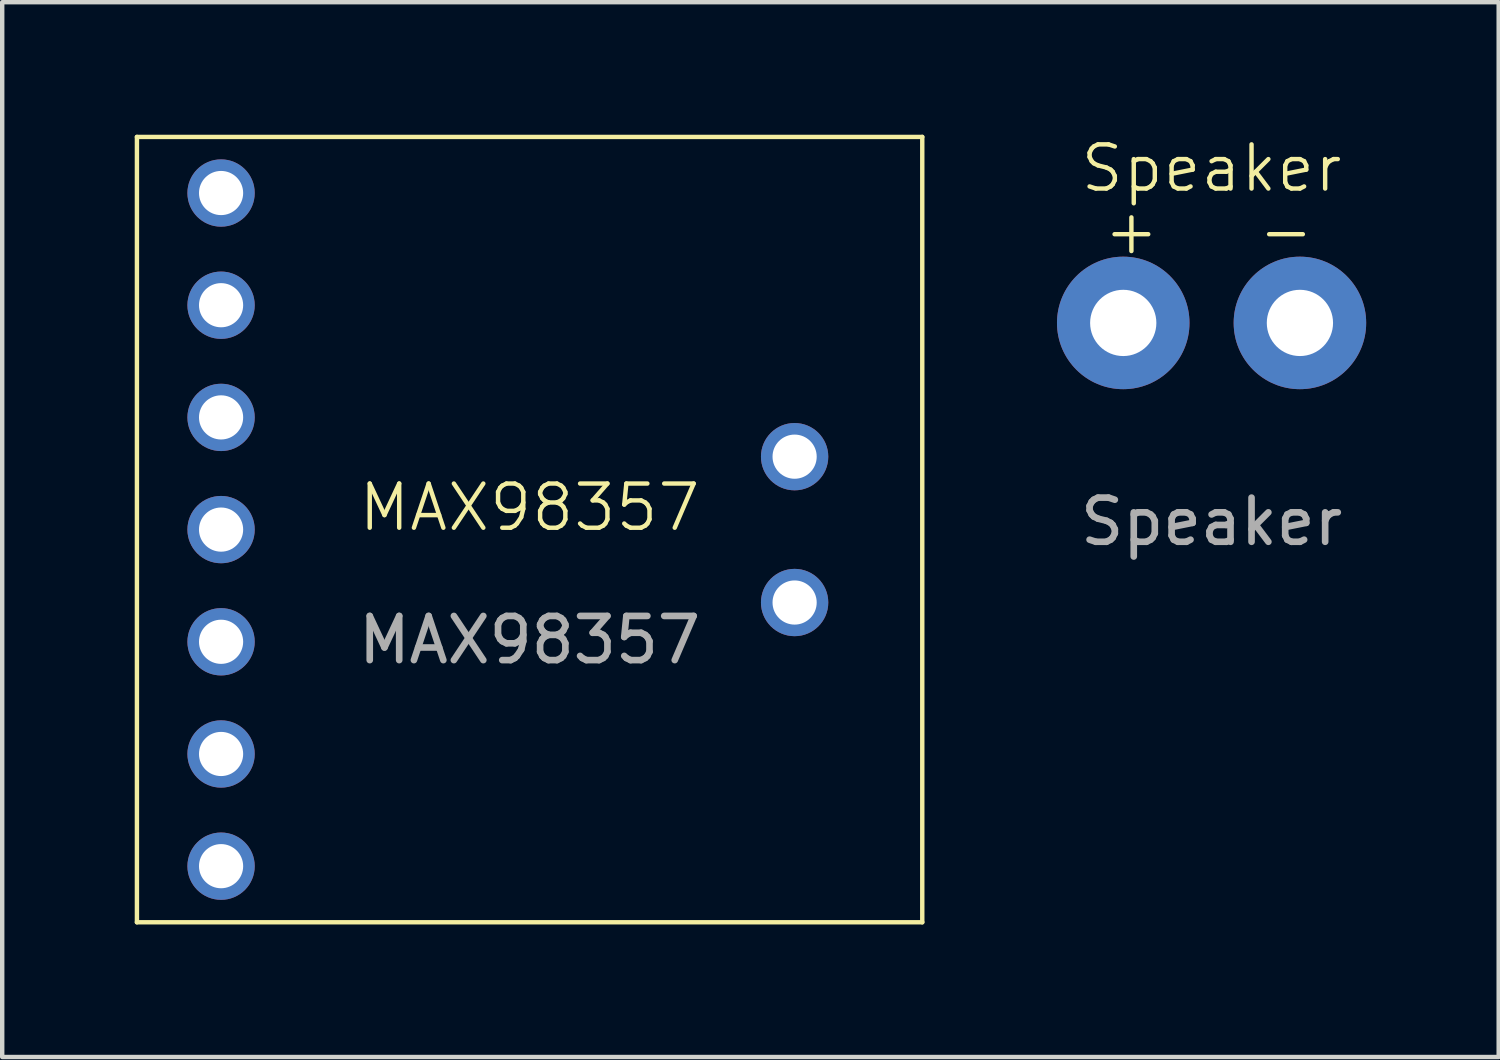
<source format=kicad_pcb>
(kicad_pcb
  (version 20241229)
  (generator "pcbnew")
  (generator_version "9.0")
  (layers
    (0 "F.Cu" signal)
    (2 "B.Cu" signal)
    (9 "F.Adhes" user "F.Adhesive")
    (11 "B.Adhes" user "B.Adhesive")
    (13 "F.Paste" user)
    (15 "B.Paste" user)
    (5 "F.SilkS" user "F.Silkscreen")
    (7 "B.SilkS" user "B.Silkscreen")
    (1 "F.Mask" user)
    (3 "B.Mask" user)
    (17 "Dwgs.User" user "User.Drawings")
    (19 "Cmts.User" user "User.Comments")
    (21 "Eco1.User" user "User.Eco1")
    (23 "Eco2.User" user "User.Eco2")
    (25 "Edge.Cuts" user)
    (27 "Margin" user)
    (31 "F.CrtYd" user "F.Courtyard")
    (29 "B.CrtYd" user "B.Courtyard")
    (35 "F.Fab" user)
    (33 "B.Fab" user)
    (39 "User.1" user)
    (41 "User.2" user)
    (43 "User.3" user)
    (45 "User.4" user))
  (footprint "MAX98357"
    (layer "F.Cu")
    (at 8.94 8.94)
    (property "Reference" "MAX98357" (at 0 -0.5 0) (unlocked yes) (layer "F.SilkS") (effects (font (size 1 1) (thickness 0.1))))
    (attr through_hole)
    (fp_line (start -8.89 -8.89) (end 8.89 -8.89) (stroke (width 0.1) (type default)) (layer "F.SilkS"))
    (fp_line (start -8.89 8.89) (end -8.89 -8.89) (stroke (width 0.1) (type default)) (layer "F.SilkS"))
    (fp_line (start 8.89 -8.89) (end 8.89 8.89) (stroke (width 0.1) (type default)) (layer "F.SilkS"))
    (fp_line (start 8.89 8.89) (end -8.89 8.89) (stroke (width 0.1) (type default)) (layer "F.SilkS"))
    (fp_text user "${REFERENCE}" (at 0 2.5 0) (unlocked yes) (layer "F.Fab") (effects (font (size 1 1) (thickness 0.15))))
    (pad "1" thru_hole circle (at -6.985 -7.62) (size 1.524 1.524) (drill 1) (layers "*.Cu" "*.Mask"))
    (pad "2" thru_hole circle (at -6.985 -5.08) (size 1.524 1.524) (drill 1) (layers "*.Cu" "*.Mask"))
    (pad "3" thru_hole circle (at -6.985 -2.54) (size 1.524 1.524) (drill 1) (layers "*.Cu" "*.Mask"))
    (pad "4" thru_hole circle (at -6.985 0) (size 1.524 1.524) (drill 1) (layers "*.Cu" "*.Mask"))
    (pad "5" thru_hole circle (at -6.985 2.54) (size 1.524 1.524) (drill 1) (layers "*.Cu" "*.Mask"))
    (pad "6" thru_hole circle (at -6.985 5.08) (size 1.524 1.524) (drill 1) (layers "*.Cu" "*.Mask"))
    (pad "7" thru_hole circle (at -6.985 7.62) (size 1.524 1.524) (drill 1) (layers "*.Cu" "*.Mask"))
    (pad "8" thru_hole circle (at 6 -1.651) (size 1.524 1.524) (drill 1) (layers "*.Cu" "*.Mask"))
    (pad "9" thru_hole circle (at 6 1.651) (size 1.524 1.524) (drill 1) (layers "*.Cu" "*.Mask")))
  (footprint "Speaker"
    (layer "F.Cu")
    (at 24.38 4.261)
    (property "Reference" "Speaker" (at 0 -3.5 0) (unlocked yes) (layer "F.SilkS") (effects (font (size 1 1) (thickness 0.1))))
    (attr through_hole)
    (fp_text user "+" (at -2.5 -1.5 0) (unlocked yes) (layer "F.SilkS") (effects (font (size 1 1) (thickness 0.1)) (justify left bottom)))
    (fp_text user "-" (at 1 -1.5 0) (unlocked yes) (layer "F.SilkS") (effects (font (size 1 1) (thickness 0.1)) (justify left bottom)))
    (fp_text user "${REFERENCE}" (at 0 4.5 0) (unlocked yes) (layer "F.Fab") (effects (font (size 1 1) (thickness 0.15))))
    (pad "1" thru_hole circle (at -2 0) (size 3 3) (drill 1.5) (layers "*.Cu" "*.Mask"))
    (pad "2" thru_hole circle (at 2 0) (size 3 3) (drill 1.5) (layers "*.Cu" "*.Mask")))
  (gr_rect
    (start -3 -3)
    (end 30.88 20.88)
    (stroke (width 0.1) (type default))
    (fill no)
    (layer "Edge.Cuts")))
</source>
